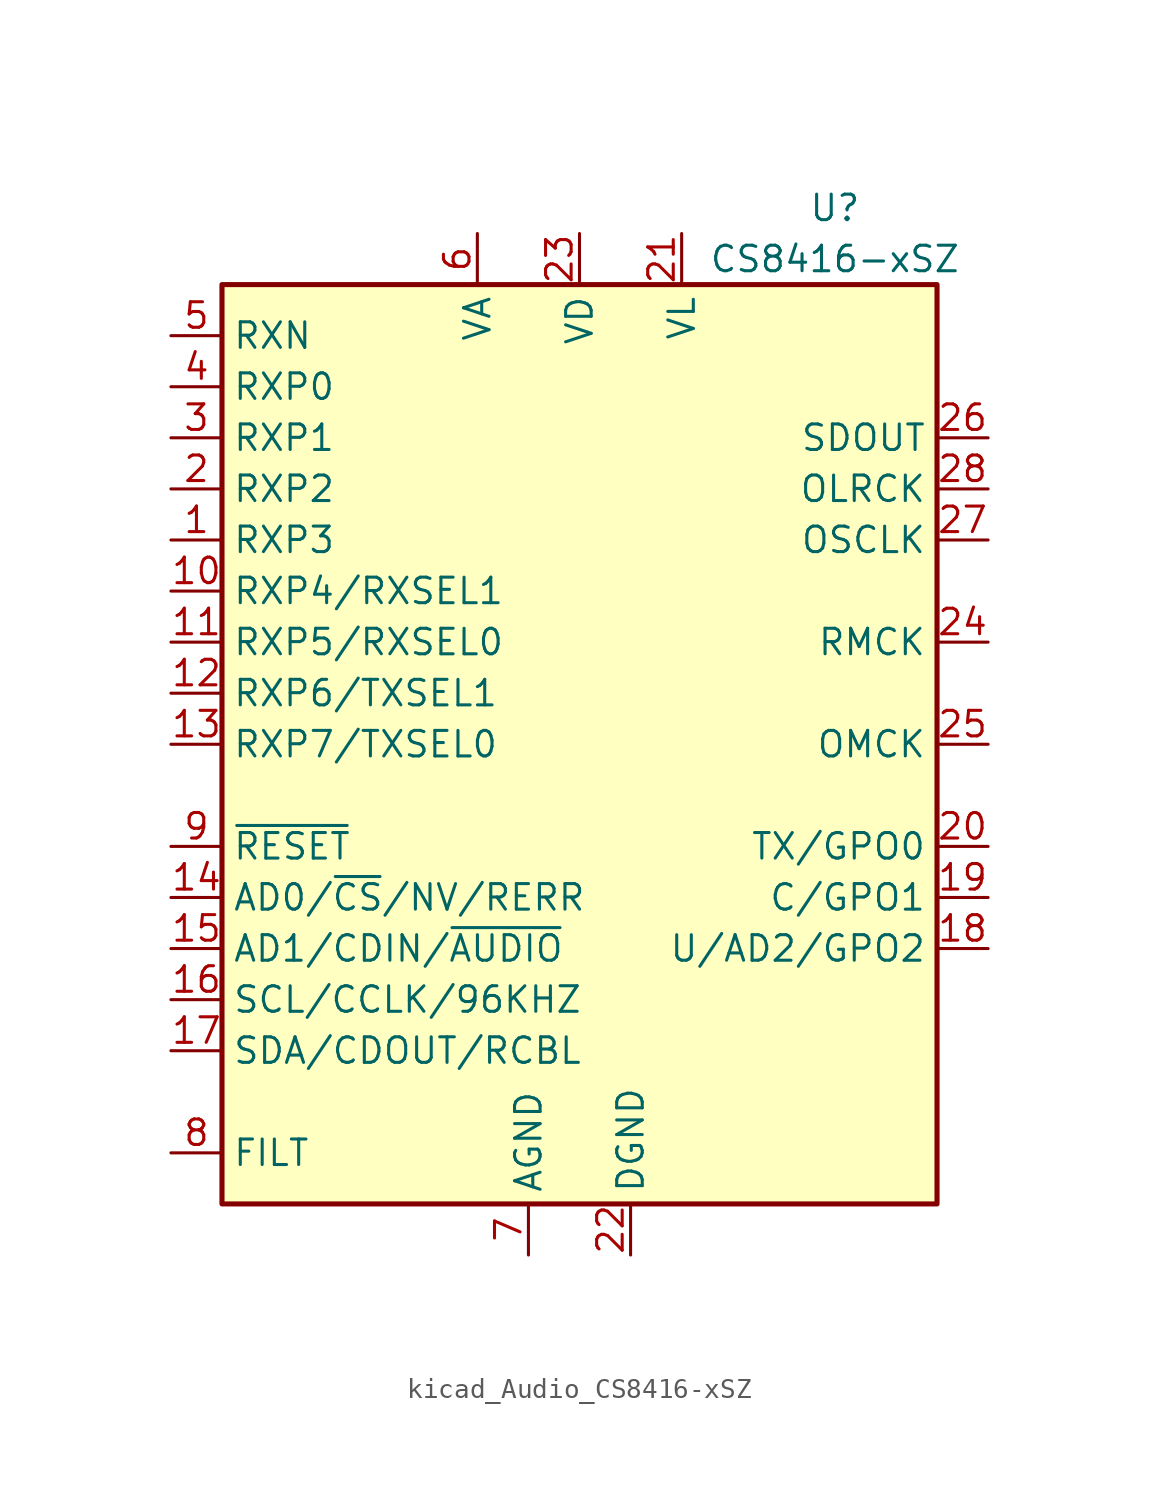
<source format=kicad_sym>
(kicad_symbol_lib
  (version 20220914)
  (generator kicad_symbol_editor)
  (symbol "kicad_Audio_CS8416-xSZ"
    (property "Reference" "U"
      (at 12.7 26.67 0)
      (effects (font (size 1.27 1.27))))
    (property "Value" "CS8416-xSZ"
      (at 12.7 24.13 0)
      (effects (font (size 1.27 1.27))))
    (symbol "kicad_Audio_CS8416-xSZ_0_1"
      (rectangle (start -17.78 22.86) (end 17.78 -22.86) (stroke (width 0.254) (type default)) (fill (type background))))
    (symbol "kicad_Audio_CS8416-xSZ_1_1"
      (pin input line (at -20.32 10.16 0) (length 2.54) (name "RXP3" (effects (font (size 1.27 1.27)))) (number "1" (effects (font (size 1.27 1.27)))))
      (pin input line (at -20.32 7.62 0) (length 2.54) (name "RXP4/RXSEL1" (effects (font (size 1.27 1.27)))) (number "10" (effects (font (size 1.27 1.27)))))
      (pin input line (at -20.32 5.08 0) (length 2.54) (name "RXP5/RXSEL0" (effects (font (size 1.27 1.27)))) (number "11" (effects (font (size 1.27 1.27)))))
      (pin input line (at -20.32 2.54 0) (length 2.54) (name "RXP6/TXSEL1" (effects (font (size 1.27 1.27)))) (number "12" (effects (font (size 1.27 1.27)))))
      (pin input line (at -20.32 0 0) (length 2.54) (name "RXP7/TXSEL0" (effects (font (size 1.27 1.27)))) (number "13" (effects (font (size 1.27 1.27)))))
      (pin input line (at -20.32 -7.62 0) (length 2.54) (name "AD0/~{CS}/NV/RERR" (effects (font (size 1.27 1.27)))) (number "14" (effects (font (size 1.27 1.27)))))
      (pin input line (at -20.32 -10.16 0) (length 2.54) (name "AD1/CDIN/~{AUDIO}" (effects (font (size 1.27 1.27)))) (number "15" (effects (font (size 1.27 1.27)))))
      (pin input line (at -20.32 -12.7 0) (length 2.54) (name "SCL/CCLK/96KHZ" (effects (font (size 1.27 1.27)))) (number "16" (effects (font (size 1.27 1.27)))))
      (pin bidirectional line (at -20.32 -15.24 0) (length 2.54) (name "SDA/CDOUT/RCBL" (effects (font (size 1.27 1.27)))) (number "17" (effects (font (size 1.27 1.27)))))
      (pin output line (at 20.32 -10.16 180) (length 2.54) (name "U/AD2/GPO2" (effects (font (size 1.27 1.27)))) (number "18" (effects (font (size 1.27 1.27)))))
      (pin output line (at 20.32 -7.62 180) (length 2.54) (name "C/GPO1" (effects (font (size 1.27 1.27)))) (number "19" (effects (font (size 1.27 1.27)))))
      (pin input line (at -20.32 12.7 0) (length 2.54) (name "RXP2" (effects (font (size 1.27 1.27)))) (number "2" (effects (font (size 1.27 1.27)))))
      (pin output line (at 20.32 -5.08 180) (length 2.54) (name "TX/GPO0" (effects (font (size 1.27 1.27)))) (number "20" (effects (font (size 1.27 1.27)))))
      (pin power_in line (at 5.08 25.4 270) (length 2.54) (name "VL" (effects (font (size 1.27 1.27)))) (number "21" (effects (font (size 1.27 1.27)))))
      (pin power_in line (at 2.54 -25.4 90) (length 2.54) (name "DGND" (effects (font (size 1.27 1.27)))) (number "22" (effects (font (size 1.27 1.27)))))
      (pin power_in line (at 0 25.4 270) (length 2.54) (name "VD" (effects (font (size 1.27 1.27)))) (number "23" (effects (font (size 1.27 1.27)))))
      (pin output line (at 20.32 5.08 180) (length 2.54) (name "RMCK" (effects (font (size 1.27 1.27)))) (number "24" (effects (font (size 1.27 1.27)))))
      (pin input line (at 20.32 0 180) (length 2.54) (name "OMCK" (effects (font (size 1.27 1.27)))) (number "25" (effects (font (size 1.27 1.27)))))
      (pin output line (at 20.32 15.24 180) (length 2.54) (name "SDOUT" (effects (font (size 1.27 1.27)))) (number "26" (effects (font (size 1.27 1.27)))))
      (pin bidirectional line (at 20.32 10.16 180) (length 2.54) (name "OSCLK" (effects (font (size 1.27 1.27)))) (number "27" (effects (font (size 1.27 1.27)))))
      (pin bidirectional line (at 20.32 12.7 180) (length 2.54) (name "OLRCK" (effects (font (size 1.27 1.27)))) (number "28" (effects (font (size 1.27 1.27)))))
      (pin input line (at -20.32 15.24 0) (length 2.54) (name "RXP1" (effects (font (size 1.27 1.27)))) (number "3" (effects (font (size 1.27 1.27)))))
      (pin input line (at -20.32 17.78 0) (length 2.54) (name "RXP0" (effects (font (size 1.27 1.27)))) (number "4" (effects (font (size 1.27 1.27)))))
      (pin input line (at -20.32 20.32 0) (length 2.54) (name "RXN" (effects (font (size 1.27 1.27)))) (number "5" (effects (font (size 1.27 1.27)))))
      (pin power_in line (at -5.08 25.4 270) (length 2.54) (name "VA" (effects (font (size 1.27 1.27)))) (number "6" (effects (font (size 1.27 1.27)))))
      (pin power_in line (at -2.54 -25.4 90) (length 2.54) (name "AGND" (effects (font (size 1.27 1.27)))) (number "7" (effects (font (size 1.27 1.27)))))
      (pin passive line (at -20.32 -20.32 0) (length 2.54) (name "FILT" (effects (font (size 1.27 1.27)))) (number "8" (effects (font (size 1.27 1.27)))))
      (pin input line (at -20.32 -5.08 0) (length 2.54) (name "~{RESET}" (effects (font (size 1.27 1.27)))) (number "9" (effects (font (size 1.27 1.27))))))))
</source>
